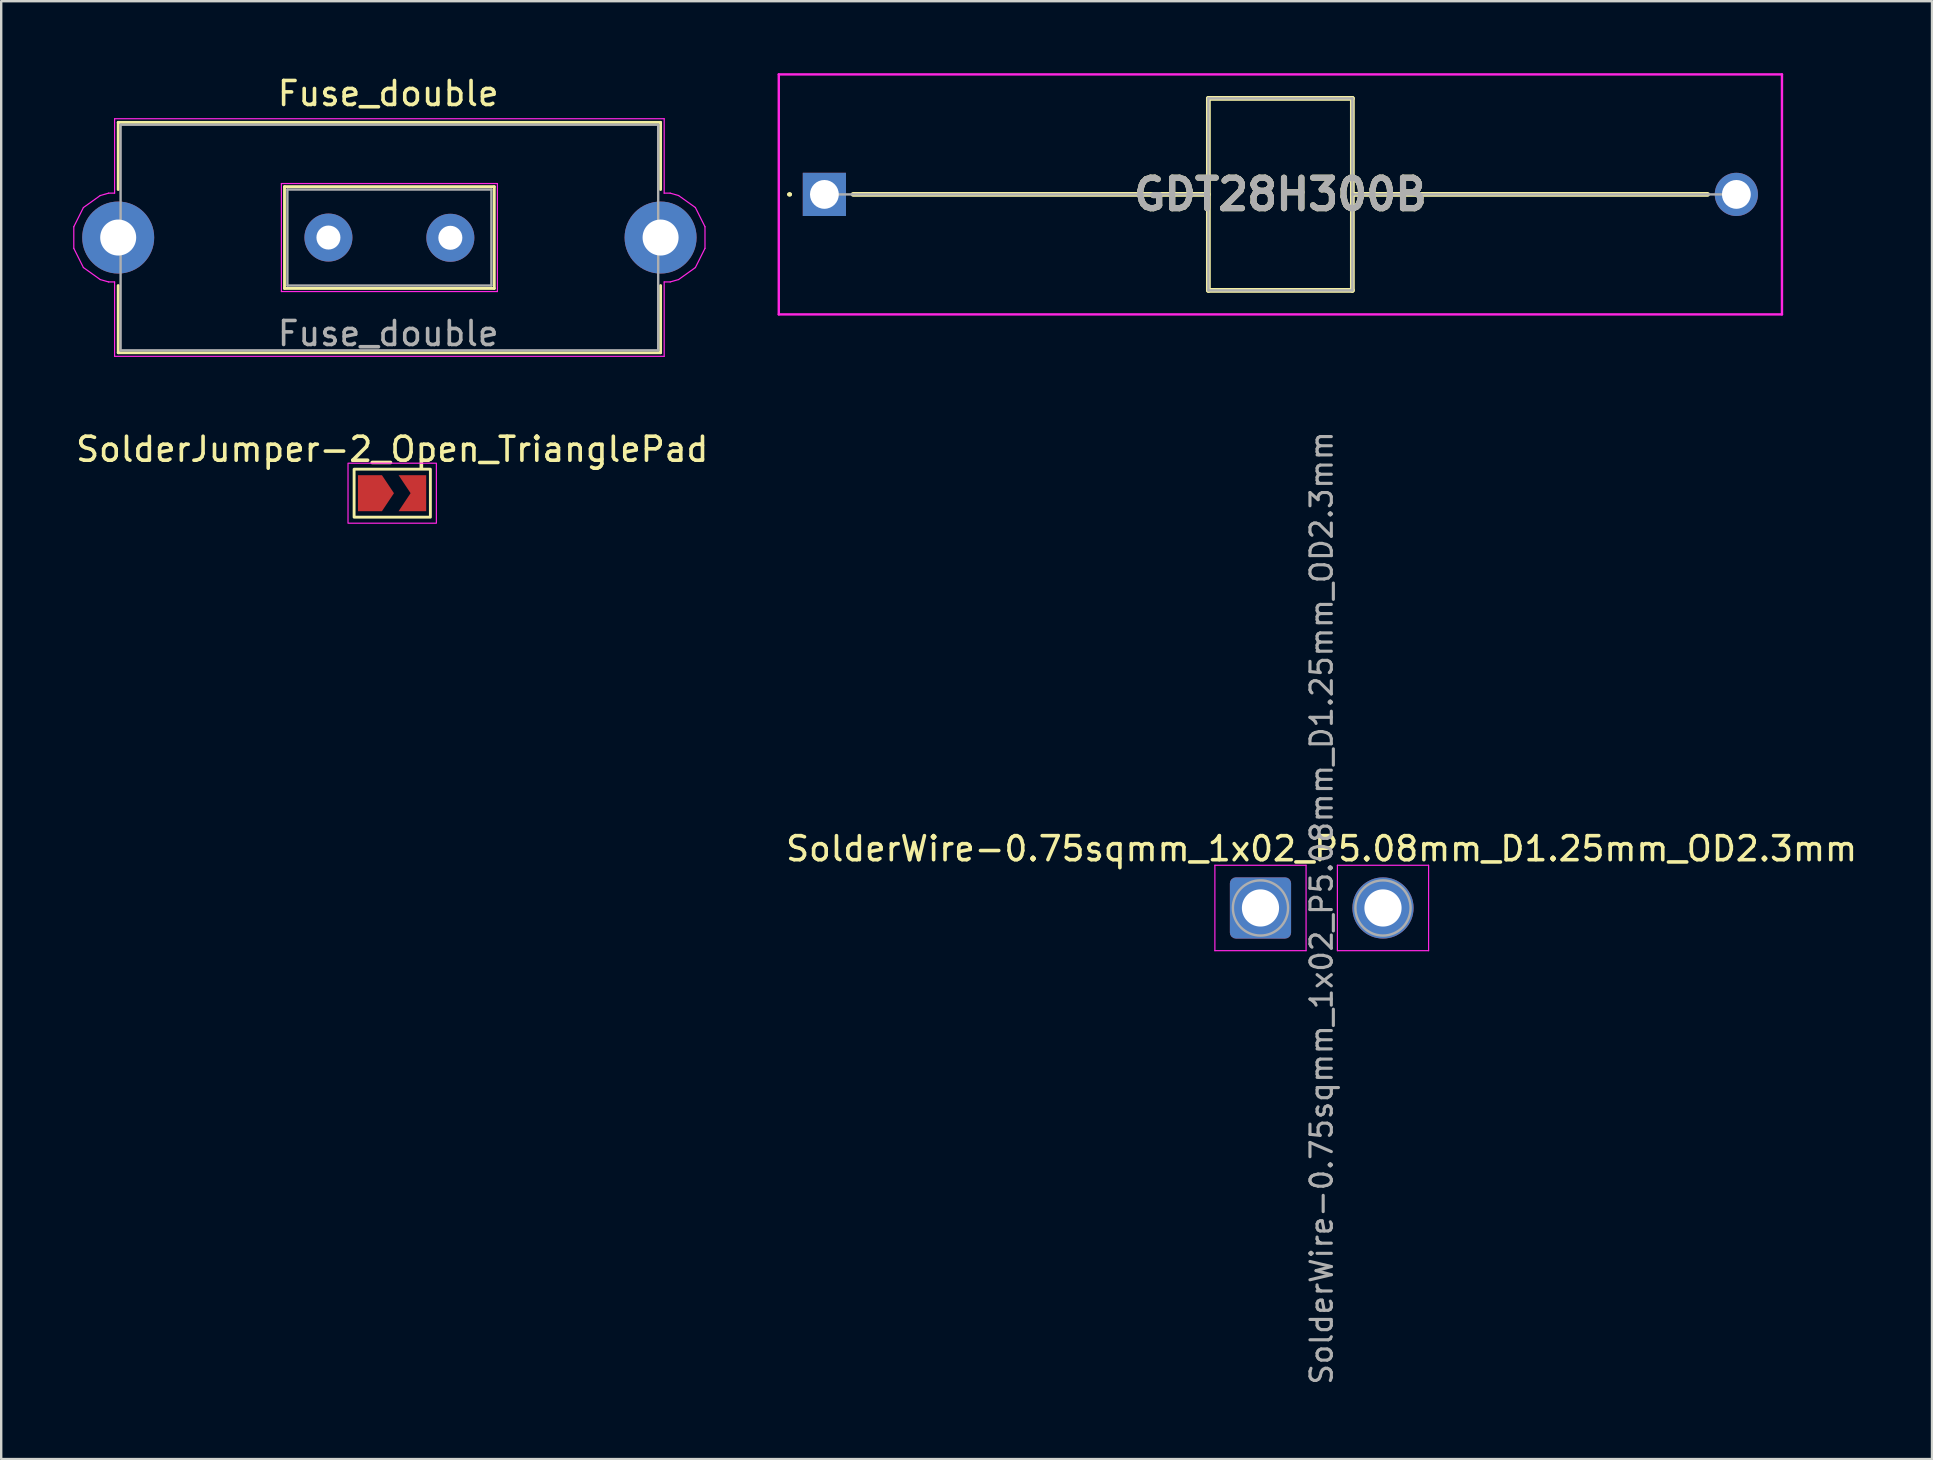
<source format=kicad_pcb>
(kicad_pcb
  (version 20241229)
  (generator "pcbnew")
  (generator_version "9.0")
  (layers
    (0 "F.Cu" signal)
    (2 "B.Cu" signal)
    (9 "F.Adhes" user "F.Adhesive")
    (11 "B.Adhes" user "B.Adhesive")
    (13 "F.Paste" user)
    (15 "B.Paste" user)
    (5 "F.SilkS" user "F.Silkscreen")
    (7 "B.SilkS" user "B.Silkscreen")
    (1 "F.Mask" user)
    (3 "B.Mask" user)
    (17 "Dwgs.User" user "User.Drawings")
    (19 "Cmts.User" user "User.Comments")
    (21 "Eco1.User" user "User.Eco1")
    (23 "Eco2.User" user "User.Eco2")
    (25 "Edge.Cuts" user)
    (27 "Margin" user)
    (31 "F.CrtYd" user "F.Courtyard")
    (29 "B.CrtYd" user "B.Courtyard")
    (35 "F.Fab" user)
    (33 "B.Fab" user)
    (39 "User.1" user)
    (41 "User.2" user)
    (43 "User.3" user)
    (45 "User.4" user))
  (footprint "Fuse_double"
    (layer "F.Cu")
    (at 1.875 6.848)
    (property "Reference" "Fuse_double" (at 11.25 -6 0) (layer "F.SilkS") (effects (font (size 1 1) (thickness 0.15))))
    (attr through_hole)
    (fp_line (start 0 -4.8) (end 22.6 -4.8) (stroke (width 0.12) (type solid)) (layer "F.SilkS"))
    (fp_line (start 0 -2) (end 0 -4.8) (stroke (width 0.12) (type solid)) (layer "F.SilkS"))
    (fp_line (start 0 4.8) (end 0 2) (stroke (width 0.12) (type solid)) (layer "F.SilkS"))
    (fp_line (start 0 4.8) (end 22.6 4.8) (stroke (width 0.12) (type solid)) (layer "F.SilkS"))
    (fp_line (start 6.93 -2.12) (end 6.93 2.12) (stroke (width 0.12) (type solid)) (layer "F.SilkS"))
    (fp_line (start 6.93 -2.12) (end 15.67 -2.12) (stroke (width 0.12) (type solid)) (layer "F.SilkS"))
    (fp_line (start 15.67 2.12) (end 6.93 2.12) (stroke (width 0.12) (type solid)) (layer "F.SilkS"))
    (fp_line (start 15.67 2.12) (end 15.67 -2.12) (stroke (width 0.12) (type solid)) (layer "F.SilkS"))
    (fp_line (start 22.6 -2) (end 22.6 -4.8) (stroke (width 0.12) (type solid)) (layer "F.SilkS"))
    (fp_line (start 22.6 4.8) (end 22.6 2) (stroke (width 0.12) (type solid)) (layer "F.SilkS"))
    (fp_line (start -1.85 -0.45) (end -1.85 0.45) (stroke (width 0.05) (type solid)) (layer "F.CrtYd"))
    (fp_line (start -1.85 -0.45) (end -1.45 -1.25) (stroke (width 0.05) (type solid)) (layer "F.CrtYd"))
    (fp_line (start -1.45 1.25) (end -1.85 0.45) (stroke (width 0.05) (type solid)) (layer "F.CrtYd"))
    (fp_line (start -1.45 1.25) (end -0.75 1.75) (stroke (width 0.05) (type solid)) (layer "F.CrtYd"))
    (fp_line (start -0.75 -1.75) (end -1.45 -1.25) (stroke (width 0.05) (type solid)) (layer "F.CrtYd"))
    (fp_line (start -0.75 1.75) (end -0.4 1.85) (stroke (width 0.05) (type solid)) (layer "F.CrtYd"))
    (fp_line (start -0.4 -1.85) (end -0.75 -1.75) (stroke (width 0.05) (type solid)) (layer "F.CrtYd"))
    (fp_line (start -0.4 1.85) (end -0.15 1.85) (stroke (width 0.05) (type solid)) (layer "F.CrtYd"))
    (fp_line (start -0.15 -4.95) (end 22.75 -4.95) (stroke (width 0.05) (type solid)) (layer "F.CrtYd"))
    (fp_line (start -0.15 -1.85) (end -0.4 -1.85) (stroke (width 0.05) (type solid)) (layer "F.CrtYd"))
    (fp_line (start -0.15 -1.85) (end -0.15 -4.95) (stroke (width 0.05) (type solid)) (layer "F.CrtYd"))
    (fp_line (start -0.15 4.95) (end -0.15 1.85) (stroke (width 0.05) (type solid)) (layer "F.CrtYd"))
    (fp_line (start 6.8 -2.25) (end 6.8 2.25) (stroke (width 0.05) (type solid)) (layer "F.CrtYd"))
    (fp_line (start 6.8 -2.25) (end 15.8 -2.25) (stroke (width 0.05) (type solid)) (layer "F.CrtYd"))
    (fp_line (start 15.8 2.25) (end 6.8 2.25) (stroke (width 0.05) (type solid)) (layer "F.CrtYd"))
    (fp_line (start 15.8 2.25) (end 15.8 -2.25) (stroke (width 0.05) (type solid)) (layer "F.CrtYd"))
    (fp_line (start 22.75 -1.85) (end 22.75 -4.95) (stroke (width 0.05) (type solid)) (layer "F.CrtYd"))
    (fp_line (start 22.75 -1.85) (end 23 -1.85) (stroke (width 0.05) (type solid)) (layer "F.CrtYd"))
    (fp_line (start 22.75 1.85) (end 22.75 4.95) (stroke (width 0.05) (type solid)) (layer "F.CrtYd"))
    (fp_line (start 22.75 1.85) (end 23 1.85) (stroke (width 0.05) (type solid)) (layer "F.CrtYd"))
    (fp_line (start 22.75 4.95) (end -0.15 4.95) (stroke (width 0.05) (type solid)) (layer "F.CrtYd"))
    (fp_line (start 23 1.85) (end 23.35 1.75) (stroke (width 0.05) (type solid)) (layer "F.CrtYd"))
    (fp_line (start 23.35 -1.75) (end 23 -1.85) (stroke (width 0.05) (type solid)) (layer "F.CrtYd"))
    (fp_line (start 23.35 1.75) (end 24.05 1.25) (stroke (width 0.05) (type solid)) (layer "F.CrtYd"))
    (fp_line (start 24.05 -1.25) (end 23.35 -1.75) (stroke (width 0.05) (type solid)) (layer "F.CrtYd"))
    (fp_line (start 24.05 1.25) (end 24.45 0.45) (stroke (width 0.05) (type solid)) (layer "F.CrtYd"))
    (fp_line (start 24.45 -0.45) (end 24.05 -1.25) (stroke (width 0.05) (type solid)) (layer "F.CrtYd"))
    (fp_line (start 24.45 0.45) (end 24.45 -0.45) (stroke (width 0.05) (type solid)) (layer "F.CrtYd"))
    (fp_line (start 0.1 -4.7) (end 0.1 4.7) (stroke (width 0.1) (type solid)) (layer "F.Fab"))
    (fp_line (start 0.1 4.7) (end 22.5 4.7) (stroke (width 0.1) (type solid)) (layer "F.Fab"))
    (fp_line (start 7.05 -2) (end 7.05 2) (stroke (width 0.1) (type solid)) (layer "F.Fab"))
    (fp_line (start 7.05 2) (end 15.55 2) (stroke (width 0.1) (type solid)) (layer "F.Fab"))
    (fp_line (start 15.55 -2) (end 7.05 -2) (stroke (width 0.1) (type solid)) (layer "F.Fab"))
    (fp_line (start 15.55 2) (end 15.55 -2) (stroke (width 0.1) (type solid)) (layer "F.Fab"))
    (fp_line (start 22.5 -4.7) (end 0.1 -4.7) (stroke (width 0.1) (type solid)) (layer "F.Fab"))
    (fp_line (start 22.5 4.7) (end 22.5 -4.7) (stroke (width 0.1) (type solid)) (layer "F.Fab"))
    (fp_text user "${REFERENCE}" (at 11.25 4 0) (layer "F.Fab") (effects (font (size 1 1) (thickness 0.15))))
    (pad "1" thru_hole circle (at 0 0) (size 3 3) (drill 1.5) (layers "*.Cu" "*.Mask"))
    (pad "1" thru_hole circle (at 8.76 0) (size 2 2) (drill 1) (layers "*.Cu" "*.Mask"))
    (pad "2" thru_hole circle (at 13.84 0.01) (size 2 2) (drill 1) (layers "*.Cu" "*.Mask"))
    (pad "2" thru_hole circle (at 22.6 0) (size 3 3) (drill 1.5) (layers "*.Cu" "*.Mask")))
  (footprint "SolderJumper-2_Open_TrianglePad"
    (layer "F.Cu")
    (at 13.292 17.5)
    (property "Reference" "SolderJumper-2_Open_TrianglePad" (at 0 -1.829 180) (layer "F.SilkS") (effects (font (size 1 1) (thickness 0.15))))
    (attr exclude_from_pos_files)
    (fp_rect (start -1.587 -1) (end 1.591 1) (stroke (width 0.12) (type solid)) (fill no) (layer "F.SilkS"))
    (fp_rect (start -1.841 -1.25) (end 1.841 1.25) (stroke (width 0.05) (type solid)) (fill no) (layer "F.CrtYd"))
    (pad "1" smd custom (at -0.927 0) (size 0.3 0.3) (layers "F.Cu" "F.Mask") (options (anchor rect)) (primitives (gr_poly (pts (xy 1 0) (xy 0.5 0.75) (xy -0.5 0.75) (xy -0.5 -0.75) (xy 0.5 -0.75)) (width 0) (fill yes))))
    (pad "2" smd custom (at 0.916 0) (size 0.3 0.3) (layers "F.Cu" "F.Mask") (options (anchor rect)) (primitives (gr_poly (pts (xy 0.5 0.75) (xy -0.65 0.75) (xy -0.15 0) (xy -0.65 -0.75) (xy 0.5 -0.75)) (width 0) (fill yes)))))
  (footprint "GDT28H300B"
    (layer "F.Cu")
    (at 31.3 5.05)
    (property "Reference" "GDT28H300B" (at 19 0 0) (layer "F.SilkS") (effects (font (size 1.27 1.27) (thickness 0.254))))
    (attr through_hole)
    (fp_line (start -1.5 0) (end -1.5 0) (stroke (width 0.1) (type solid)) (layer "F.SilkS"))
    (fp_line (start -1.4 0) (end -1.4 0) (stroke (width 0.1) (type solid)) (layer "F.SilkS"))
    (fp_line (start 1.2 0) (end 16 0) (stroke (width 0.2) (type solid)) (layer "F.SilkS"))
    (fp_line (start 16 -4) (end 16 4) (stroke (width 0.2) (type solid)) (layer "F.SilkS"))
    (fp_line (start 16 4) (end 22 4) (stroke (width 0.2) (type solid)) (layer "F.SilkS"))
    (fp_line (start 22 -4) (end 16 -4) (stroke (width 0.2) (type solid)) (layer "F.SilkS"))
    (fp_line (start 22 0) (end 36.8 0) (stroke (width 0.2) (type solid)) (layer "F.SilkS"))
    (fp_line (start 22 4) (end 22 -4) (stroke (width 0.2) (type solid)) (layer "F.SilkS"))
    (fp_arc (start -1.5 0) (mid -1.45 -0.05) (end -1.4 0) (stroke (width 0.1) (type solid)) (layer "F.SilkS"))
    (fp_arc (start -1.4 0) (mid -1.45 0.05) (end -1.5 0) (stroke (width 0.1) (type solid)) (layer "F.SilkS"))
    (fp_line (start -1.9 -5) (end 39.9 -5) (stroke (width 0.1) (type solid)) (layer "F.CrtYd"))
    (fp_line (start -1.9 5) (end -1.9 -5) (stroke (width 0.1) (type solid)) (layer "F.CrtYd"))
    (fp_line (start 39.9 -5) (end 39.9 5) (stroke (width 0.1) (type solid)) (layer "F.CrtYd"))
    (fp_line (start 39.9 5) (end -1.9 5) (stroke (width 0.1) (type solid)) (layer "F.CrtYd"))
    (fp_line (start 0 0) (end 16 0) (stroke (width 0.1) (type solid)) (layer "F.Fab"))
    (fp_line (start 16 -4) (end 16 4) (stroke (width 0.1) (type solid)) (layer "F.Fab"))
    (fp_line (start 16 4) (end 22 4) (stroke (width 0.1) (type solid)) (layer "F.Fab"))
    (fp_line (start 22 -4) (end 16 -4) (stroke (width 0.1) (type solid)) (layer "F.Fab"))
    (fp_line (start 22 0) (end 38 0) (stroke (width 0.1) (type solid)) (layer "F.Fab"))
    (fp_line (start 22 4) (end 22 -4) (stroke (width 0.1) (type solid)) (layer "F.Fab"))
    (fp_text user "${REFERENCE}" (at 19 0 0) (layer "F.Fab") (effects (font (size 1.27 1.27) (thickness 0.254))))
    (pad "1" thru_hole rect (at 0 0) (size 1.8 1.8) (drill 1.2) (layers "*.Cu" "*.Mask"))
    (pad "2" thru_hole circle (at 38 0) (size 1.8 1.8) (drill 1.2) (layers "*.Cu" "*.Mask")))
  (footprint "SolderWire-0.75sqmm_1x02_P5.08mm_D1.25mm_OD2.3mm"
    (layer "F.Cu")
    (at 49.618 34.785)
    (property "Reference" "SolderWire-0.75sqmm_1x02_P5.08mm_D1.25mm_OD2.3mm" (at 2.4 -2.47 0) (layer "F.SilkS") (effects (font (size 1 1) (thickness 0.15))))
    (attr exclude_from_pos_files exclude_from_bom)
    (fp_line (start -2.047 -1.782) (end -2.047 1.778) (stroke (width 0.05) (type solid)) (layer "F.CrtYd"))
    (fp_line (start -2.047 1.778) (end 1.753 1.778) (stroke (width 0.05) (type solid)) (layer "F.CrtYd"))
    (fp_line (start 1.753 -1.782) (end -2.047 -1.782) (stroke (width 0.05) (type solid)) (layer "F.CrtYd"))
    (fp_line (start 1.753 1.778) (end 1.753 -1.782) (stroke (width 0.05) (type solid)) (layer "F.CrtYd"))
    (fp_line (start 3.058 -1.782) (end 3.058 1.778) (stroke (width 0.05) (type solid)) (layer "F.CrtYd"))
    (fp_line (start 3.058 1.778) (end 6.858 1.778) (stroke (width 0.05) (type solid)) (layer "F.CrtYd"))
    (fp_line (start 6.858 -1.782) (end 3.058 -1.782) (stroke (width 0.05) (type solid)) (layer "F.CrtYd"))
    (fp_line (start 6.858 1.778) (end 6.858 -1.782) (stroke (width 0.05) (type solid)) (layer "F.CrtYd"))
    (fp_circle (center -0.147 -0.002) (end 1.003 -0.002) (stroke (width 0.1) (type solid)) (fill no) (layer "F.Fab"))
    (fp_circle (center 4.958 -0.002) (end 6.108 -0.002) (stroke (width 0.1) (type solid)) (fill no) (layer "F.Fab"))
    (fp_text user "${REFERENCE}" (at 2.4 0 90) (layer "F.Fab") (effects (font (size 0.89 0.89) (thickness 0.13))))
    (pad "1" thru_hole roundrect (at -0.147 -0.002) (size 2.55 2.55) (drill 1.55) (layers "*.Cu" "*.Mask") (roundrect_rratio 0.098))
    (pad "2" thru_hole circle (at 4.958 -0.002) (size 2.55 2.55) (drill 1.55) (layers "*.Cu" "*.Mask")))
  (gr_rect
    (start -3 -3)
    (end 77.452 57.746)
    (stroke (width 0.1) (type default))
    (fill no)
    (layer "Edge.Cuts")))
</source>
